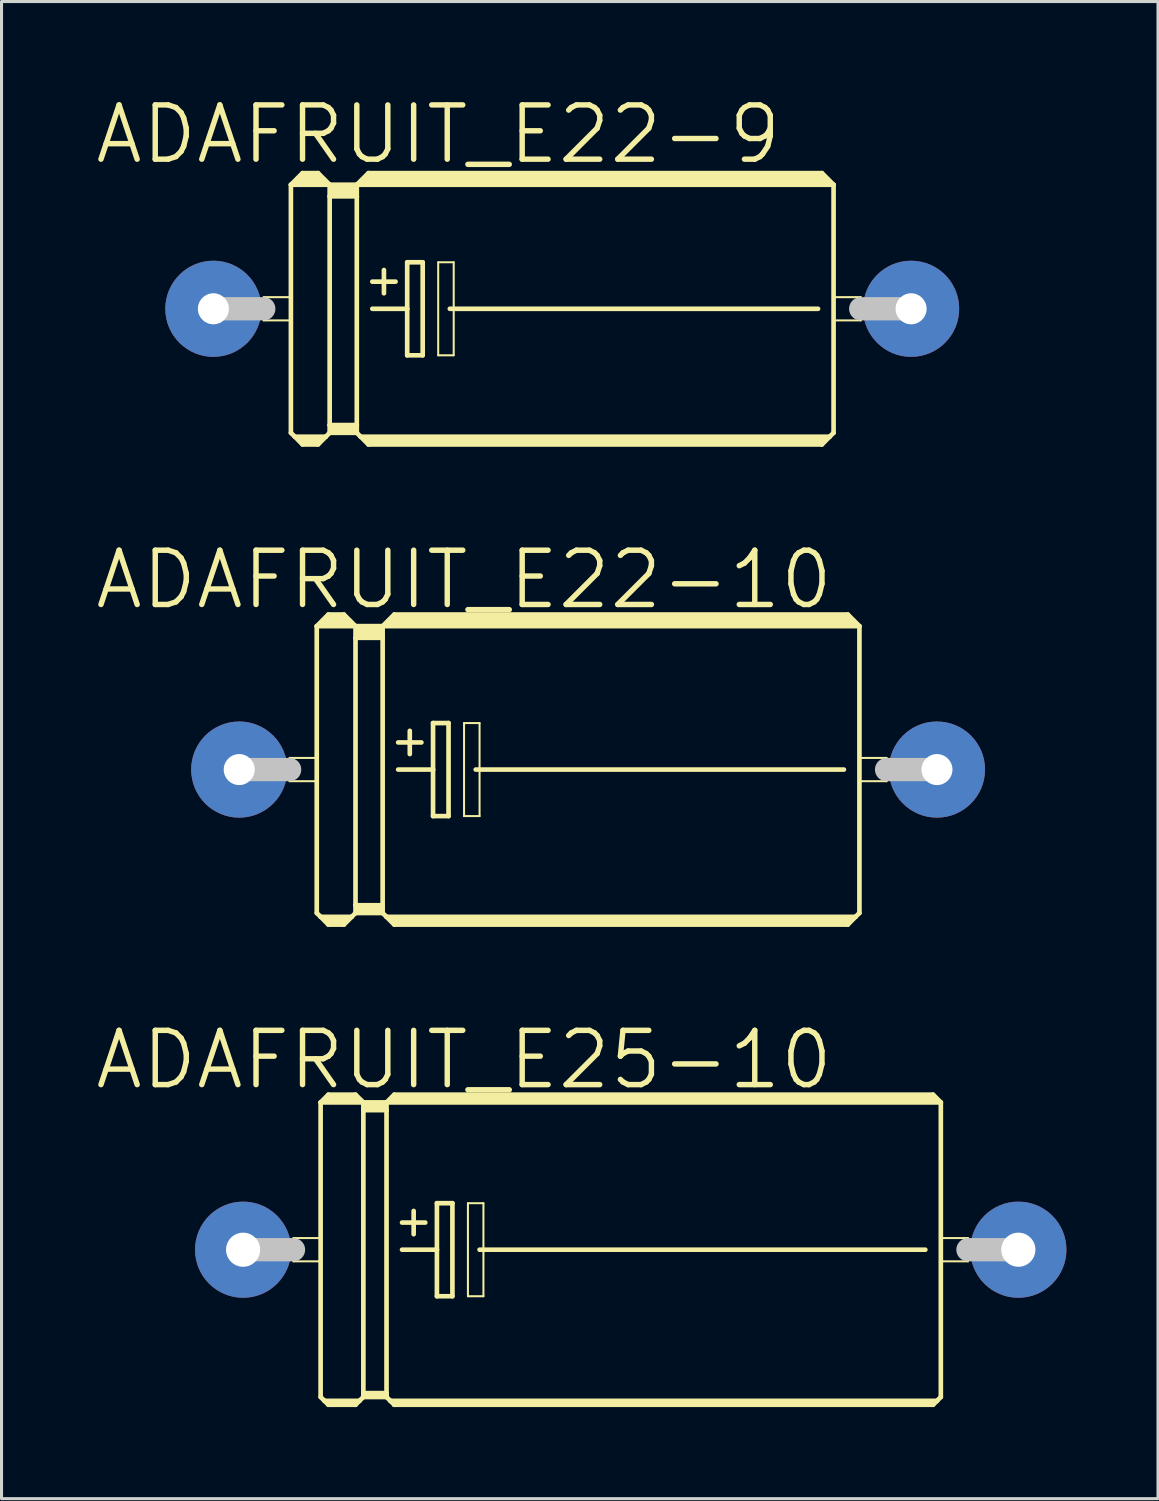
<source format=kicad_pcb>
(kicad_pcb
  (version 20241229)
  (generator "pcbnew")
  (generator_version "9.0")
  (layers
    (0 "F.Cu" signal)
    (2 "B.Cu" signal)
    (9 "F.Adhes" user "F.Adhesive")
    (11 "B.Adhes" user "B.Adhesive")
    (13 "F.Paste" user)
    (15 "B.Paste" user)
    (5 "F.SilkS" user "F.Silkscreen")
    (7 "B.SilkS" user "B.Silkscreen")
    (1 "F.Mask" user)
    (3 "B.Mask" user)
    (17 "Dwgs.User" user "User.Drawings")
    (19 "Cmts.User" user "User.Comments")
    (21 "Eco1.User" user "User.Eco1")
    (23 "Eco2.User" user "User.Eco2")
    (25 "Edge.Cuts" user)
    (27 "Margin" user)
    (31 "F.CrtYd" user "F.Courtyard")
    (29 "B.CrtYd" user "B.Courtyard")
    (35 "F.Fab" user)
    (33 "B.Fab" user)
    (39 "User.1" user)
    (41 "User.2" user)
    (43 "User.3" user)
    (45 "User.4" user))
  (footprint "ADAFRUIT_E22-10"
    (layer "F.Cu")
    (at 16.218 22.164)
    (property "Reference" "ADAFRUIT_E22-10" (at -4.064 -6.223 0) (layer "F.SilkS") (effects (font (size 1.778 1.778) (thickness 0.178))))
    (attr exclude_from_pos_files exclude_from_bom)
    (fp_line (start -9.779 -0.381) (end -8.89 -0.381) (stroke (width 0.066) (type solid)) (layer "F.SilkS"))
    (fp_line (start -9.779 0.381) (end -9.779 -0.381) (stroke (width 0.066) (type solid)) (layer "F.SilkS"))
    (fp_line (start -9.779 0.381) (end -8.89 0.381) (stroke (width 0.066) (type solid)) (layer "F.SilkS"))
    (fp_line (start -8.89 -4.699) (end -8.89 4.699) (stroke (width 0.152) (type solid)) (layer "F.SilkS"))
    (fp_line (start -8.89 -4.699) (end -8.509 -5.08) (stroke (width 0.152) (type solid)) (layer "F.SilkS"))
    (fp_line (start -8.89 -4.699) (end -7.62 -4.699) (stroke (width 0.152) (type solid)) (layer "F.SilkS"))
    (fp_line (start -8.89 0.381) (end -8.89 -0.381) (stroke (width 0.066) (type solid)) (layer "F.SilkS"))
    (fp_line (start -8.89 4.699) (end -8.76 4.826) (stroke (width 0.152) (type solid)) (layer "F.SilkS"))
    (fp_line (start -8.76 4.826) (end -8.509 5.08) (stroke (width 0.152) (type solid)) (layer "F.SilkS"))
    (fp_line (start -8.76 4.826) (end -7.747 4.826) (stroke (width 0.152) (type solid)) (layer "F.SilkS"))
    (fp_line (start -8.636 -4.826) (end -7.874 -4.826) (stroke (width 0.305) (type solid)) (layer "F.SilkS"))
    (fp_line (start -8.509 -5.08) (end -8.001 -5.08) (stroke (width 0.152) (type solid)) (layer "F.SilkS"))
    (fp_line (start -8.509 -4.953) (end -8.001 -4.953) (stroke (width 0.305) (type solid)) (layer "F.SilkS"))
    (fp_line (start -8.509 4.953) (end -8.001 4.953) (stroke (width 0.254) (type solid)) (layer "F.SilkS"))
    (fp_line (start -8.509 5.08) (end -8.001 5.08) (stroke (width 0.152) (type solid)) (layer "F.SilkS"))
    (fp_line (start -7.747 4.826) (end -8.001 5.08) (stroke (width 0.152) (type solid)) (layer "F.SilkS"))
    (fp_line (start -7.62 -4.699) (end -8.001 -5.08) (stroke (width 0.152) (type solid)) (layer "F.SilkS"))
    (fp_line (start -7.62 -4.699) (end -7.62 -4.318) (stroke (width 0.152) (type solid)) (layer "F.SilkS"))
    (fp_line (start -7.62 -4.699) (end -6.731 -4.699) (stroke (width 0.152) (type solid)) (layer "F.SilkS"))
    (fp_line (start -7.62 -4.318) (end -6.731 -4.318) (stroke (width 0.152) (type solid)) (layer "F.SilkS"))
    (fp_line (start -7.62 4.445) (end -7.62 -4.318) (stroke (width 0.152) (type solid)) (layer "F.SilkS"))
    (fp_line (start -7.62 4.445) (end -6.731 4.445) (stroke (width 0.152) (type solid)) (layer "F.SilkS"))
    (fp_line (start -7.62 4.699) (end -7.747 4.826) (stroke (width 0.152) (type solid)) (layer "F.SilkS"))
    (fp_line (start -7.62 4.699) (end -7.62 4.445) (stroke (width 0.152) (type solid)) (layer "F.SilkS"))
    (fp_line (start -7.62 4.699) (end -6.731 4.699) (stroke (width 0.152) (type solid)) (layer "F.SilkS"))
    (fp_line (start -7.493 -4.572) (end -6.858 -4.572) (stroke (width 0.305) (type solid)) (layer "F.SilkS"))
    (fp_line (start -7.493 -4.445) (end -6.858 -4.445) (stroke (width 0.305) (type solid)) (layer "F.SilkS"))
    (fp_line (start -7.493 4.572) (end -6.858 4.572) (stroke (width 0.254) (type solid)) (layer "F.SilkS"))
    (fp_line (start -6.731 -4.699) (end -6.731 -4.318) (stroke (width 0.152) (type solid)) (layer "F.SilkS"))
    (fp_line (start -6.731 -4.699) (end 8.89 -4.699) (stroke (width 0.152) (type solid)) (layer "F.SilkS"))
    (fp_line (start -6.731 -4.318) (end -6.731 4.445) (stroke (width 0.152) (type solid)) (layer "F.SilkS"))
    (fp_line (start -6.731 4.445) (end -6.731 4.699) (stroke (width 0.152) (type solid)) (layer "F.SilkS"))
    (fp_line (start -6.604 4.826) (end -6.731 4.699) (stroke (width 0.152) (type solid)) (layer "F.SilkS"))
    (fp_line (start -6.604 4.826) (end 8.76 4.826) (stroke (width 0.152) (type solid)) (layer "F.SilkS"))
    (fp_line (start -6.477 -4.826) (end 8.636 -4.826) (stroke (width 0.305) (type solid)) (layer "F.SilkS"))
    (fp_line (start -6.35 -5.08) (end -6.731 -4.699) (stroke (width 0.152) (type solid)) (layer "F.SilkS"))
    (fp_line (start -6.35 -5.08) (end 8.509 -5.08) (stroke (width 0.152) (type solid)) (layer "F.SilkS"))
    (fp_line (start -6.35 -4.953) (end 8.509 -4.953) (stroke (width 0.305) (type solid)) (layer "F.SilkS"))
    (fp_line (start -6.35 4.953) (end 8.509 4.953) (stroke (width 0.254) (type solid)) (layer "F.SilkS"))
    (fp_line (start -6.35 5.08) (end -6.604 4.826) (stroke (width 0.152) (type solid)) (layer "F.SilkS"))
    (fp_line (start -6.35 5.08) (end 8.509 5.08) (stroke (width 0.152) (type solid)) (layer "F.SilkS"))
    (fp_line (start -6.223 -0.889) (end -5.461 -0.889) (stroke (width 0.152) (type solid)) (layer "F.SilkS"))
    (fp_line (start -6.223 0) (end -5.08 0) (stroke (width 0.152) (type solid)) (layer "F.SilkS"))
    (fp_line (start -5.842 -1.27) (end -5.842 -0.508) (stroke (width 0.152) (type solid)) (layer "F.SilkS"))
    (fp_line (start -5.08 -1.524) (end -5.08 0) (stroke (width 0.152) (type solid)) (layer "F.SilkS"))
    (fp_line (start -5.08 0) (end -5.08 1.524) (stroke (width 0.152) (type solid)) (layer "F.SilkS"))
    (fp_line (start -5.08 1.524) (end -4.572 1.524) (stroke (width 0.152) (type solid)) (layer "F.SilkS"))
    (fp_line (start -4.572 -1.524) (end -5.08 -1.524) (stroke (width 0.152) (type solid)) (layer "F.SilkS"))
    (fp_line (start -4.572 1.524) (end -4.572 -1.524) (stroke (width 0.152) (type solid)) (layer "F.SilkS"))
    (fp_line (start -4.064 -1.524) (end -3.556 -1.524) (stroke (width 0.066) (type solid)) (layer "F.SilkS"))
    (fp_line (start -4.064 1.524) (end -4.064 -1.524) (stroke (width 0.066) (type solid)) (layer "F.SilkS"))
    (fp_line (start -4.064 1.524) (end -3.556 1.524) (stroke (width 0.066) (type solid)) (layer "F.SilkS"))
    (fp_line (start -3.683 0) (end 8.382 0) (stroke (width 0.152) (type solid)) (layer "F.SilkS"))
    (fp_line (start -3.556 1.524) (end -3.556 -1.524) (stroke (width 0.066) (type solid)) (layer "F.SilkS"))
    (fp_line (start 8.509 -5.08) (end 8.89 -4.699) (stroke (width 0.152) (type solid)) (layer "F.SilkS"))
    (fp_line (start 8.509 5.08) (end 8.76 4.826) (stroke (width 0.152) (type solid)) (layer "F.SilkS"))
    (fp_line (start 8.76 4.826) (end 8.89 4.699) (stroke (width 0.152) (type solid)) (layer "F.SilkS"))
    (fp_line (start 8.89 -4.699) (end 8.89 4.699) (stroke (width 0.152) (type solid)) (layer "F.SilkS"))
    (fp_line (start 8.89 -0.381) (end 9.779 -0.381) (stroke (width 0.066) (type solid)) (layer "F.SilkS"))
    (fp_line (start 8.89 0.381) (end 8.89 -0.381) (stroke (width 0.066) (type solid)) (layer "F.SilkS"))
    (fp_line (start 8.89 0.381) (end 9.779 0.381) (stroke (width 0.066) (type solid)) (layer "F.SilkS"))
    (fp_line (start 9.779 0.381) (end 9.779 -0.381) (stroke (width 0.066) (type solid)) (layer "F.SilkS"))
    (fp_line (start -11.43 0) (end -9.779 0) (stroke (width 0.762) (type solid)) (layer "Dwgs.User"))
    (fp_line (start 11.43 0) (end 9.779 0) (stroke (width 0.762) (type solid)) (layer "Dwgs.User"))
    (pad "+" thru_hole circle (at -11.43 0) (size 3.15 3.15) (drill 1.016) (layers "*.Cu" "*.Paste" "*.Mask"))
    (pad "-" thru_hole circle (at 11.43 0) (size 3.15 3.15) (drill 1.016) (layers "*.Cu" "*.Paste" "*.Mask")))
  (footprint "ADAFRUIT_E25-10"
    (layer "F.Cu")
    (at 17.615 37.895)
    (property "Reference" "ADAFRUIT_E25-10" (at -5.461 -6.223 0) (layer "F.SilkS") (effects (font (size 1.778 1.778) (thickness 0.178))))
    (attr exclude_from_pos_files exclude_from_bom)
    (fp_line (start -11.049 -0.381) (end -10.16 -0.381) (stroke (width 0.066) (type solid)) (layer "F.SilkS"))
    (fp_line (start -11.049 0.381) (end -11.049 -0.381) (stroke (width 0.066) (type solid)) (layer "F.SilkS"))
    (fp_line (start -11.049 0.381) (end -10.16 0.381) (stroke (width 0.066) (type solid)) (layer "F.SilkS"))
    (fp_line (start -10.16 -4.826) (end -10.16 4.826) (stroke (width 0.152) (type solid)) (layer "F.SilkS"))
    (fp_line (start -10.16 -4.826) (end -9.906 -5.08) (stroke (width 0.152) (type solid)) (layer "F.SilkS"))
    (fp_line (start -10.16 -4.826) (end -8.76 -4.826) (stroke (width 0.152) (type solid)) (layer "F.SilkS"))
    (fp_line (start -10.16 0.381) (end -10.16 -0.381) (stroke (width 0.066) (type solid)) (layer "F.SilkS"))
    (fp_line (start -10.16 4.826) (end -10.033 4.953) (stroke (width 0.152) (type solid)) (layer "F.SilkS"))
    (fp_line (start -10.033 4.953) (end -9.906 5.08) (stroke (width 0.152) (type solid)) (layer "F.SilkS"))
    (fp_line (start -10.033 4.953) (end -8.89 4.953) (stroke (width 0.152) (type solid)) (layer "F.SilkS"))
    (fp_line (start -9.906 -5.08) (end -9.017 -5.08) (stroke (width 0.152) (type solid)) (layer "F.SilkS"))
    (fp_line (start -9.906 -4.953) (end -9.017 -4.953) (stroke (width 0.305) (type solid)) (layer "F.SilkS"))
    (fp_line (start -9.906 5.029) (end -9.017 5.029) (stroke (width 0.152) (type solid)) (layer "F.SilkS"))
    (fp_line (start -9.906 5.08) (end -9.017 5.08) (stroke (width 0.152) (type solid)) (layer "F.SilkS"))
    (fp_line (start -9.017 -5.08) (end -8.76 -4.826) (stroke (width 0.152) (type solid)) (layer "F.SilkS"))
    (fp_line (start -9.017 5.029) (end -9.017 5.08) (stroke (width 0.152) (type solid)) (layer "F.SilkS"))
    (fp_line (start -9.017 5.08) (end -8.89 4.953) (stroke (width 0.152) (type solid)) (layer "F.SilkS"))
    (fp_line (start -8.89 4.953) (end -8.76 4.826) (stroke (width 0.152) (type solid)) (layer "F.SilkS"))
    (fp_line (start -8.76 -4.826) (end -8.76 -4.572) (stroke (width 0.152) (type solid)) (layer "F.SilkS"))
    (fp_line (start -8.76 -4.572) (end -8.001 -4.572) (stroke (width 0.152) (type solid)) (layer "F.SilkS"))
    (fp_line (start -8.76 4.699) (end -8.76 -4.572) (stroke (width 0.152) (type solid)) (layer "F.SilkS"))
    (fp_line (start -8.76 4.699) (end -8.001 4.699) (stroke (width 0.152) (type solid)) (layer "F.SilkS"))
    (fp_line (start -8.76 4.775) (end -8.76 4.699) (stroke (width 0.152) (type solid)) (layer "F.SilkS"))
    (fp_line (start -8.76 4.775) (end -8.001 4.775) (stroke (width 0.152) (type solid)) (layer "F.SilkS"))
    (fp_line (start -8.76 4.826) (end -8.76 4.775) (stroke (width 0.152) (type solid)) (layer "F.SilkS"))
    (fp_line (start -8.636 -4.699) (end -8.128 -4.699) (stroke (width 0.305) (type solid)) (layer "F.SilkS"))
    (fp_line (start -8.001 -4.826) (end -8.76 -4.826) (stroke (width 0.152) (type solid)) (layer "F.SilkS"))
    (fp_line (start -8.001 -4.826) (end -8.001 -4.572) (stroke (width 0.152) (type solid)) (layer "F.SilkS"))
    (fp_line (start -8.001 -4.826) (end 10.16 -4.826) (stroke (width 0.152) (type solid)) (layer "F.SilkS"))
    (fp_line (start -8.001 4.699) (end -8.001 -4.572) (stroke (width 0.152) (type solid)) (layer "F.SilkS"))
    (fp_line (start -8.001 4.775) (end -8.001 4.699) (stroke (width 0.152) (type solid)) (layer "F.SilkS"))
    (fp_line (start -8.001 4.826) (end -8.76 4.826) (stroke (width 0.152) (type solid)) (layer "F.SilkS"))
    (fp_line (start -8.001 4.826) (end -8.001 4.775) (stroke (width 0.152) (type solid)) (layer "F.SilkS"))
    (fp_line (start -7.874 4.953) (end -8.001 4.826) (stroke (width 0.152) (type solid)) (layer "F.SilkS"))
    (fp_line (start -7.874 4.953) (end 10.033 4.953) (stroke (width 0.152) (type solid)) (layer "F.SilkS"))
    (fp_line (start -7.747 -5.08) (end -8.001 -4.826) (stroke (width 0.152) (type solid)) (layer "F.SilkS"))
    (fp_line (start -7.747 -5.08) (end 9.906 -5.08) (stroke (width 0.152) (type solid)) (layer "F.SilkS"))
    (fp_line (start -7.747 -4.953) (end 9.906 -4.953) (stroke (width 0.305) (type solid)) (layer "F.SilkS"))
    (fp_line (start -7.747 5.029) (end 9.906 5.029) (stroke (width 0.152) (type solid)) (layer "F.SilkS"))
    (fp_line (start -7.747 5.08) (end -7.874 4.953) (stroke (width 0.152) (type solid)) (layer "F.SilkS"))
    (fp_line (start -7.747 5.08) (end -7.747 5.029) (stroke (width 0.152) (type solid)) (layer "F.SilkS"))
    (fp_line (start -7.747 5.08) (end 9.906 5.08) (stroke (width 0.152) (type solid)) (layer "F.SilkS"))
    (fp_line (start -7.493 -0.889) (end -6.731 -0.889) (stroke (width 0.152) (type solid)) (layer "F.SilkS"))
    (fp_line (start -7.493 0) (end -6.35 0) (stroke (width 0.152) (type solid)) (layer "F.SilkS"))
    (fp_line (start -7.112 -1.27) (end -7.112 -0.508) (stroke (width 0.152) (type solid)) (layer "F.SilkS"))
    (fp_line (start -6.35 -1.524) (end -6.35 0) (stroke (width 0.152) (type solid)) (layer "F.SilkS"))
    (fp_line (start -6.35 0) (end -6.35 1.524) (stroke (width 0.152) (type solid)) (layer "F.SilkS"))
    (fp_line (start -6.35 1.524) (end -5.842 1.524) (stroke (width 0.152) (type solid)) (layer "F.SilkS"))
    (fp_line (start -5.842 -1.524) (end -6.35 -1.524) (stroke (width 0.152) (type solid)) (layer "F.SilkS"))
    (fp_line (start -5.842 1.524) (end -5.842 -1.524) (stroke (width 0.152) (type solid)) (layer "F.SilkS"))
    (fp_line (start -5.334 -1.524) (end -4.826 -1.524) (stroke (width 0.066) (type solid)) (layer "F.SilkS"))
    (fp_line (start -5.334 1.524) (end -5.334 -1.524) (stroke (width 0.066) (type solid)) (layer "F.SilkS"))
    (fp_line (start -5.334 1.524) (end -4.826 1.524) (stroke (width 0.066) (type solid)) (layer "F.SilkS"))
    (fp_line (start -4.953 0) (end 9.652 0) (stroke (width 0.152) (type solid)) (layer "F.SilkS"))
    (fp_line (start -4.826 1.524) (end -4.826 -1.524) (stroke (width 0.066) (type solid)) (layer "F.SilkS"))
    (fp_line (start 9.906 -5.08) (end 10.16 -4.826) (stroke (width 0.152) (type solid)) (layer "F.SilkS"))
    (fp_line (start 9.906 5.08) (end 10.033 4.953) (stroke (width 0.152) (type solid)) (layer "F.SilkS"))
    (fp_line (start 10.033 4.953) (end 10.16 4.826) (stroke (width 0.152) (type solid)) (layer "F.SilkS"))
    (fp_line (start 10.16 -0.381) (end 11.049 -0.381) (stroke (width 0.066) (type solid)) (layer "F.SilkS"))
    (fp_line (start 10.16 0.381) (end 10.16 -0.381) (stroke (width 0.066) (type solid)) (layer "F.SilkS"))
    (fp_line (start 10.16 0.381) (end 11.049 0.381) (stroke (width 0.066) (type solid)) (layer "F.SilkS"))
    (fp_line (start 10.16 4.826) (end 10.16 -4.826) (stroke (width 0.152) (type solid)) (layer "F.SilkS"))
    (fp_line (start 11.049 0.381) (end 11.049 -0.381) (stroke (width 0.066) (type solid)) (layer "F.SilkS"))
    (fp_line (start -12.7 0) (end -11.049 0) (stroke (width 0.762) (type solid)) (layer "Dwgs.User"))
    (fp_line (start 12.7 0) (end 11.049 0) (stroke (width 0.762) (type solid)) (layer "Dwgs.User"))
    (pad "+" thru_hole circle (at -12.7 0) (size 3.15 3.15) (drill 1.118) (layers "*.Cu" "*.Paste" "*.Mask"))
    (pad "-" thru_hole circle (at 12.7 0) (size 3.15 3.15) (drill 1.118) (layers "*.Cu" "*.Paste" "*.Mask")))
  (footprint "ADAFRUIT_E22-9"
    (layer "F.Cu")
    (at 15.371 7.067)
    (property "Reference" "ADAFRUIT_E22-9" (at -4.064 -5.715 0) (layer "F.SilkS") (effects (font (size 1.778 1.778) (thickness 0.178))))
    (attr exclude_from_pos_files exclude_from_bom)
    (fp_line (start -9.779 -0.381) (end -8.89 -0.381) (stroke (width 0.066) (type solid)) (layer "F.SilkS"))
    (fp_line (start -9.779 0.381) (end -9.779 -0.381) (stroke (width 0.066) (type solid)) (layer "F.SilkS"))
    (fp_line (start -9.779 0.381) (end -8.89 0.381) (stroke (width 0.066) (type solid)) (layer "F.SilkS"))
    (fp_line (start -8.89 -4.064) (end -8.89 4.064) (stroke (width 0.152) (type solid)) (layer "F.SilkS"))
    (fp_line (start -8.89 -4.064) (end -8.509 -4.445) (stroke (width 0.152) (type solid)) (layer "F.SilkS"))
    (fp_line (start -8.89 -4.064) (end -7.62 -4.064) (stroke (width 0.152) (type solid)) (layer "F.SilkS"))
    (fp_line (start -8.89 0.381) (end -8.89 -0.381) (stroke (width 0.066) (type solid)) (layer "F.SilkS"))
    (fp_line (start -8.89 4.064) (end -8.76 4.191) (stroke (width 0.152) (type solid)) (layer "F.SilkS"))
    (fp_line (start -8.76 4.191) (end -8.509 4.445) (stroke (width 0.152) (type solid)) (layer "F.SilkS"))
    (fp_line (start -8.76 4.191) (end -7.747 4.191) (stroke (width 0.152) (type solid)) (layer "F.SilkS"))
    (fp_line (start -8.636 -4.191) (end -7.874 -4.191) (stroke (width 0.305) (type solid)) (layer "F.SilkS"))
    (fp_line (start -8.509 -4.445) (end -8.001 -4.445) (stroke (width 0.152) (type solid)) (layer "F.SilkS"))
    (fp_line (start -8.509 -4.318) (end -8.001 -4.318) (stroke (width 0.305) (type solid)) (layer "F.SilkS"))
    (fp_line (start -8.509 4.318) (end -8.001 4.318) (stroke (width 0.254) (type solid)) (layer "F.SilkS"))
    (fp_line (start -8.509 4.445) (end -8.001 4.445) (stroke (width 0.152) (type solid)) (layer "F.SilkS"))
    (fp_line (start -7.747 4.191) (end -8.001 4.445) (stroke (width 0.152) (type solid)) (layer "F.SilkS"))
    (fp_line (start -7.62 -4.064) (end -8.001 -4.445) (stroke (width 0.152) (type solid)) (layer "F.SilkS"))
    (fp_line (start -7.62 -4.064) (end -7.62 -3.683) (stroke (width 0.152) (type solid)) (layer "F.SilkS"))
    (fp_line (start -7.62 -4.064) (end -6.731 -4.064) (stroke (width 0.152) (type solid)) (layer "F.SilkS"))
    (fp_line (start -7.62 -3.683) (end -6.731 -3.683) (stroke (width 0.152) (type solid)) (layer "F.SilkS"))
    (fp_line (start -7.62 3.81) (end -7.62 -3.683) (stroke (width 0.152) (type solid)) (layer "F.SilkS"))
    (fp_line (start -7.62 3.81) (end -6.731 3.81) (stroke (width 0.152) (type solid)) (layer "F.SilkS"))
    (fp_line (start -7.62 4.064) (end -7.747 4.191) (stroke (width 0.152) (type solid)) (layer "F.SilkS"))
    (fp_line (start -7.62 4.064) (end -7.62 3.81) (stroke (width 0.152) (type solid)) (layer "F.SilkS"))
    (fp_line (start -7.62 4.064) (end -6.731 4.064) (stroke (width 0.152) (type solid)) (layer "F.SilkS"))
    (fp_line (start -7.493 -3.937) (end -6.858 -3.937) (stroke (width 0.305) (type solid)) (layer "F.SilkS"))
    (fp_line (start -7.493 -3.81) (end -6.858 -3.81) (stroke (width 0.305) (type solid)) (layer "F.SilkS"))
    (fp_line (start -7.493 3.937) (end -6.858 3.937) (stroke (width 0.254) (type solid)) (layer "F.SilkS"))
    (fp_line (start -6.731 -4.064) (end -6.731 -3.683) (stroke (width 0.152) (type solid)) (layer "F.SilkS"))
    (fp_line (start -6.731 -4.064) (end 8.89 -4.064) (stroke (width 0.152) (type solid)) (layer "F.SilkS"))
    (fp_line (start -6.731 -3.683) (end -6.731 3.81) (stroke (width 0.152) (type solid)) (layer "F.SilkS"))
    (fp_line (start -6.731 3.81) (end -6.731 4.064) (stroke (width 0.152) (type solid)) (layer "F.SilkS"))
    (fp_line (start -6.604 4.191) (end -6.731 4.064) (stroke (width 0.152) (type solid)) (layer "F.SilkS"))
    (fp_line (start -6.604 4.191) (end 8.76 4.191) (stroke (width 0.152) (type solid)) (layer "F.SilkS"))
    (fp_line (start -6.477 -4.191) (end 8.636 -4.191) (stroke (width 0.305) (type solid)) (layer "F.SilkS"))
    (fp_line (start -6.35 -4.445) (end -6.731 -4.064) (stroke (width 0.152) (type solid)) (layer "F.SilkS"))
    (fp_line (start -6.35 -4.445) (end 8.509 -4.445) (stroke (width 0.152) (type solid)) (layer "F.SilkS"))
    (fp_line (start -6.35 -4.318) (end 8.509 -4.318) (stroke (width 0.305) (type solid)) (layer "F.SilkS"))
    (fp_line (start -6.35 4.318) (end 8.509 4.318) (stroke (width 0.254) (type solid)) (layer "F.SilkS"))
    (fp_line (start -6.35 4.445) (end -6.604 4.191) (stroke (width 0.152) (type solid)) (layer "F.SilkS"))
    (fp_line (start -6.35 4.445) (end 8.509 4.445) (stroke (width 0.152) (type solid)) (layer "F.SilkS"))
    (fp_line (start -6.223 -0.889) (end -5.461 -0.889) (stroke (width 0.152) (type solid)) (layer "F.SilkS"))
    (fp_line (start -6.223 0) (end -5.08 0) (stroke (width 0.152) (type solid)) (layer "F.SilkS"))
    (fp_line (start -5.842 -1.27) (end -5.842 -0.508) (stroke (width 0.152) (type solid)) (layer "F.SilkS"))
    (fp_line (start -5.08 -1.524) (end -5.08 0) (stroke (width 0.152) (type solid)) (layer "F.SilkS"))
    (fp_line (start -5.08 0) (end -5.08 1.524) (stroke (width 0.152) (type solid)) (layer "F.SilkS"))
    (fp_line (start -5.08 1.524) (end -4.572 1.524) (stroke (width 0.152) (type solid)) (layer "F.SilkS"))
    (fp_line (start -4.572 -1.524) (end -5.08 -1.524) (stroke (width 0.152) (type solid)) (layer "F.SilkS"))
    (fp_line (start -4.572 1.524) (end -4.572 -1.524) (stroke (width 0.152) (type solid)) (layer "F.SilkS"))
    (fp_line (start -4.064 -1.524) (end -3.556 -1.524) (stroke (width 0.066) (type solid)) (layer "F.SilkS"))
    (fp_line (start -4.064 1.524) (end -4.064 -1.524) (stroke (width 0.066) (type solid)) (layer "F.SilkS"))
    (fp_line (start -4.064 1.524) (end -3.556 1.524) (stroke (width 0.066) (type solid)) (layer "F.SilkS"))
    (fp_line (start -3.683 0) (end 8.382 0) (stroke (width 0.152) (type solid)) (layer "F.SilkS"))
    (fp_line (start -3.556 1.524) (end -3.556 -1.524) (stroke (width 0.066) (type solid)) (layer "F.SilkS"))
    (fp_line (start 8.509 -4.445) (end 8.89 -4.064) (stroke (width 0.152) (type solid)) (layer "F.SilkS"))
    (fp_line (start 8.509 4.445) (end 8.76 4.191) (stroke (width 0.152) (type solid)) (layer "F.SilkS"))
    (fp_line (start 8.76 4.191) (end 8.89 4.064) (stroke (width 0.152) (type solid)) (layer "F.SilkS"))
    (fp_line (start 8.89 -4.064) (end 8.89 4.064) (stroke (width 0.152) (type solid)) (layer "F.SilkS"))
    (fp_line (start 8.89 -0.381) (end 9.779 -0.381) (stroke (width 0.066) (type solid)) (layer "F.SilkS"))
    (fp_line (start 8.89 0.381) (end 8.89 -0.381) (stroke (width 0.066) (type solid)) (layer "F.SilkS"))
    (fp_line (start 8.89 0.381) (end 9.779 0.381) (stroke (width 0.066) (type solid)) (layer "F.SilkS"))
    (fp_line (start 9.779 0.381) (end 9.779 -0.381) (stroke (width 0.066) (type solid)) (layer "F.SilkS"))
    (fp_line (start -11.43 0) (end -9.779 0) (stroke (width 0.762) (type solid)) (layer "Dwgs.User"))
    (fp_line (start 11.43 0) (end 9.779 0) (stroke (width 0.762) (type solid)) (layer "Dwgs.User"))
    (pad "+" thru_hole circle (at -11.43 0) (size 3.15 3.15) (drill 1.016) (layers "*.Cu" "*.Paste" "*.Mask"))
    (pad "-" thru_hole circle (at 11.43 0) (size 3.15 3.15) (drill 1.016) (layers "*.Cu" "*.Paste" "*.Mask")))
  (gr_rect
    (start -3 -3)
    (end 34.89 46.051)
    (stroke (width 0.1) (type default))
    (fill no)
    (layer "Edge.Cuts")))
</source>
